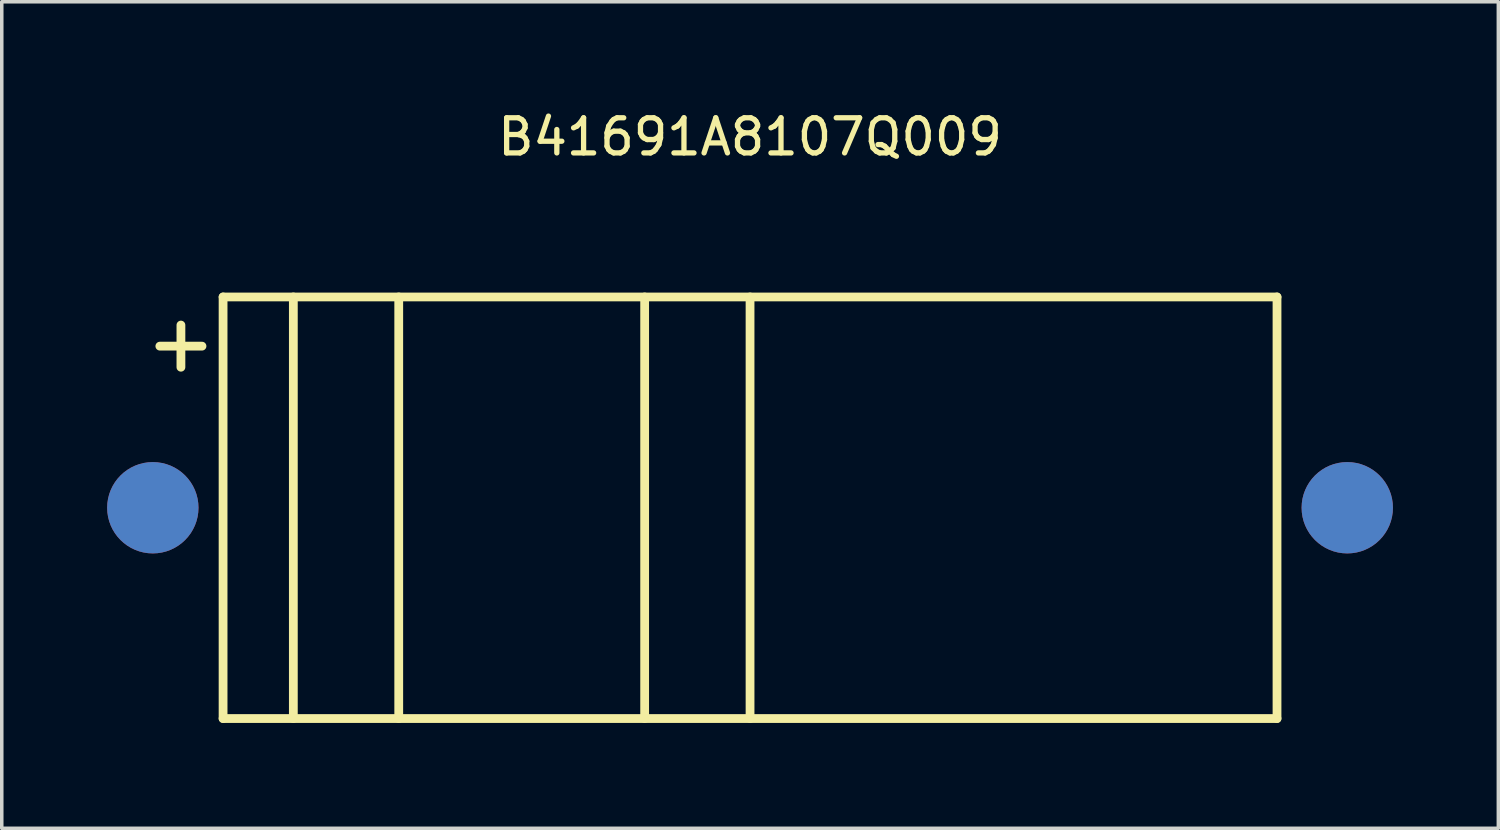
<source format=kicad_pcb>
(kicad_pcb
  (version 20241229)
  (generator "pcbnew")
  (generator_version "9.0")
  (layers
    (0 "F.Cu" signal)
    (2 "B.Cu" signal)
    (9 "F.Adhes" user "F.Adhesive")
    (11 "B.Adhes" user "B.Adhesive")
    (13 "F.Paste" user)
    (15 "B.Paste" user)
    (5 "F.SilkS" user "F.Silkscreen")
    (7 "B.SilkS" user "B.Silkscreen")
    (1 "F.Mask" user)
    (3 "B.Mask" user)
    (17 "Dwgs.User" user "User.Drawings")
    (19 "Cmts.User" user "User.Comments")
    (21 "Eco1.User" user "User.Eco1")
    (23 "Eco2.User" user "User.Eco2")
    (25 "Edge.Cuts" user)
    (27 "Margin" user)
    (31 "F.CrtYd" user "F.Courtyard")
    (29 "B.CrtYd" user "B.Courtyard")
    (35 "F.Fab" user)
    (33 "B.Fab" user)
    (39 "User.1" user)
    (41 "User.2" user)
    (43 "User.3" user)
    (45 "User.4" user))
  (footprint "B41691A8107Q009"
    (layer "F.Cu")
    (at 18.3 11.403)
    (property "Reference" "B41691A8107Q009" (at 0 -10.555 0) (layer "F.SilkS") (effects (font (size 1 1) (thickness 0.15))))
    (attr through_hole)
    (fp_line (start -16.8 -4.6) (end -15.6 -4.6) (stroke (width 0.25) (type solid)) (layer "F.SilkS"))
    (fp_line (start -16.2 -5.2) (end -16.2 -4) (stroke (width 0.25) (type solid)) (layer "F.SilkS"))
    (fp_line (start -15 -6) (end 15 -6) (stroke (width 0.25) (type solid)) (layer "F.SilkS"))
    (fp_line (start -15 6) (end -15 -6) (stroke (width 0.25) (type solid)) (layer "F.SilkS"))
    (fp_line (start -13 6) (end -13 -6) (stroke (width 0.25) (type solid)) (layer "F.SilkS"))
    (fp_line (start -10 6) (end -10 -6) (stroke (width 0.25) (type solid)) (layer "F.SilkS"))
    (fp_line (start -3 6) (end -3 -6) (stroke (width 0.25) (type solid)) (layer "F.SilkS"))
    (fp_line (start 0 6) (end 0 -6) (stroke (width 0.25) (type solid)) (layer "F.SilkS"))
    (fp_line (start 15 -6) (end 15 6) (stroke (width 0.25) (type solid)) (layer "F.SilkS"))
    (fp_line (start 15 6) (end -15 6) (stroke (width 0.25) (type solid)) (layer "F.SilkS"))
    (pad "1" thru_hole circle (at -17 0) (size 2.6 2.6) (drill 0.000001) (layers "*.Cu" "*.Mask"))
    (pad "2" thru_hole circle (at 17 0) (size 2.6 2.6) (drill 0.000001) (layers "*.Cu" "*.Mask")))
  (gr_rect
    (start -3 -3)
    (end 39.6 20.528)
    (stroke (width 0.1) (type default))
    (fill no)
    (layer "Edge.Cuts")))
</source>
